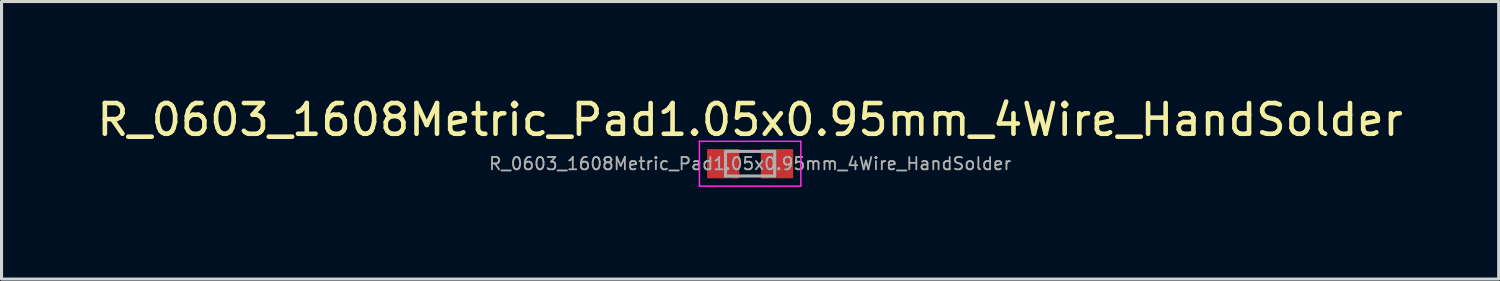
<source format=kicad_pcb>
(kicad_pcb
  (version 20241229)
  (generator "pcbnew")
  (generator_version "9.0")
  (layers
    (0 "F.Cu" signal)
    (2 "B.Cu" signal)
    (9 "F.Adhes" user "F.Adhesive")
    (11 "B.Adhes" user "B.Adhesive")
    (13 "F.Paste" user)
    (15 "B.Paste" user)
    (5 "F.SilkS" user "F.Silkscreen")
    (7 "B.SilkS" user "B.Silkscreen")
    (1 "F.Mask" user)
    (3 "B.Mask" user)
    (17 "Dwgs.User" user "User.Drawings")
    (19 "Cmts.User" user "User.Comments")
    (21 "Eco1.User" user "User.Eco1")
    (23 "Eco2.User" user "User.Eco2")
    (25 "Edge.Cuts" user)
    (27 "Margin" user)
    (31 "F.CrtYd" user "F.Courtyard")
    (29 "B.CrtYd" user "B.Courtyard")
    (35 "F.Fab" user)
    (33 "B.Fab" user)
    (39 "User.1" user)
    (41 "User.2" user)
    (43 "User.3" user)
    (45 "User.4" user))
  (footprint "R_0603_1608Metric_Pad1.05x0.95mm_4Wire_HandSolder"
    (layer "F.Cu")
    (at 21.363 2.278)
    (property "Reference" "R_0603_1608Metric_Pad1.05x0.95mm_4Wire_HandSolder" (at 0 -1.43 0) (layer "F.SilkS") (effects (font (size 1 1) (thickness 0.15))))
    (attr smd)
    (fp_line (start -1.65 -0.73) (end 1.65 -0.73) (stroke (width 0.05) (type solid)) (layer "F.CrtYd"))
    (fp_line (start -1.65 0.73) (end -1.65 -0.73) (stroke (width 0.05) (type solid)) (layer "F.CrtYd"))
    (fp_line (start 1.65 -0.73) (end 1.65 0.73) (stroke (width 0.05) (type solid)) (layer "F.CrtYd"))
    (fp_line (start 1.65 0.73) (end -1.65 0.73) (stroke (width 0.05) (type solid)) (layer "F.CrtYd"))
    (fp_line (start -0.8 -0.4) (end 0.8 -0.4) (stroke (width 0.1) (type solid)) (layer "F.Fab"))
    (fp_line (start -0.8 0.4) (end -0.8 -0.4) (stroke (width 0.1) (type solid)) (layer "F.Fab"))
    (fp_line (start 0.8 -0.4) (end 0.8 0.4) (stroke (width 0.1) (type solid)) (layer "F.Fab"))
    (fp_line (start 0.8 0.4) (end -0.8 0.4) (stroke (width 0.1) (type solid)) (layer "F.Fab"))
    (fp_text user "${REFERENCE}" (at 0 0 0) (layer "F.Fab") (effects (font (size 0.4 0.4) (thickness 0.06))))
    (pad "1" smd rect (at -0.875 0) (size 1.05 0.95) (layers "F.Cu" "F.Mask" "F.Paste"))
    (pad "2" smd rect (at -0.5 0) (size 0.2 0.95) (layers "F.Cu" "F.Mask" "F.Paste"))
    (pad "3" smd rect (at 0.5 0) (size 0.2 0.95) (layers "F.Cu" "F.Mask" "F.Paste"))
    (pad "4" smd rect (at 0.875 0) (size 1.05 0.95) (layers "F.Cu" "F.Mask" "F.Paste")))
  (gr_rect
    (start -3 -3)
    (end 45.726 6.033)
    (stroke (width 0.1) (type default))
    (fill no)
    (layer "Edge.Cuts")))
</source>
